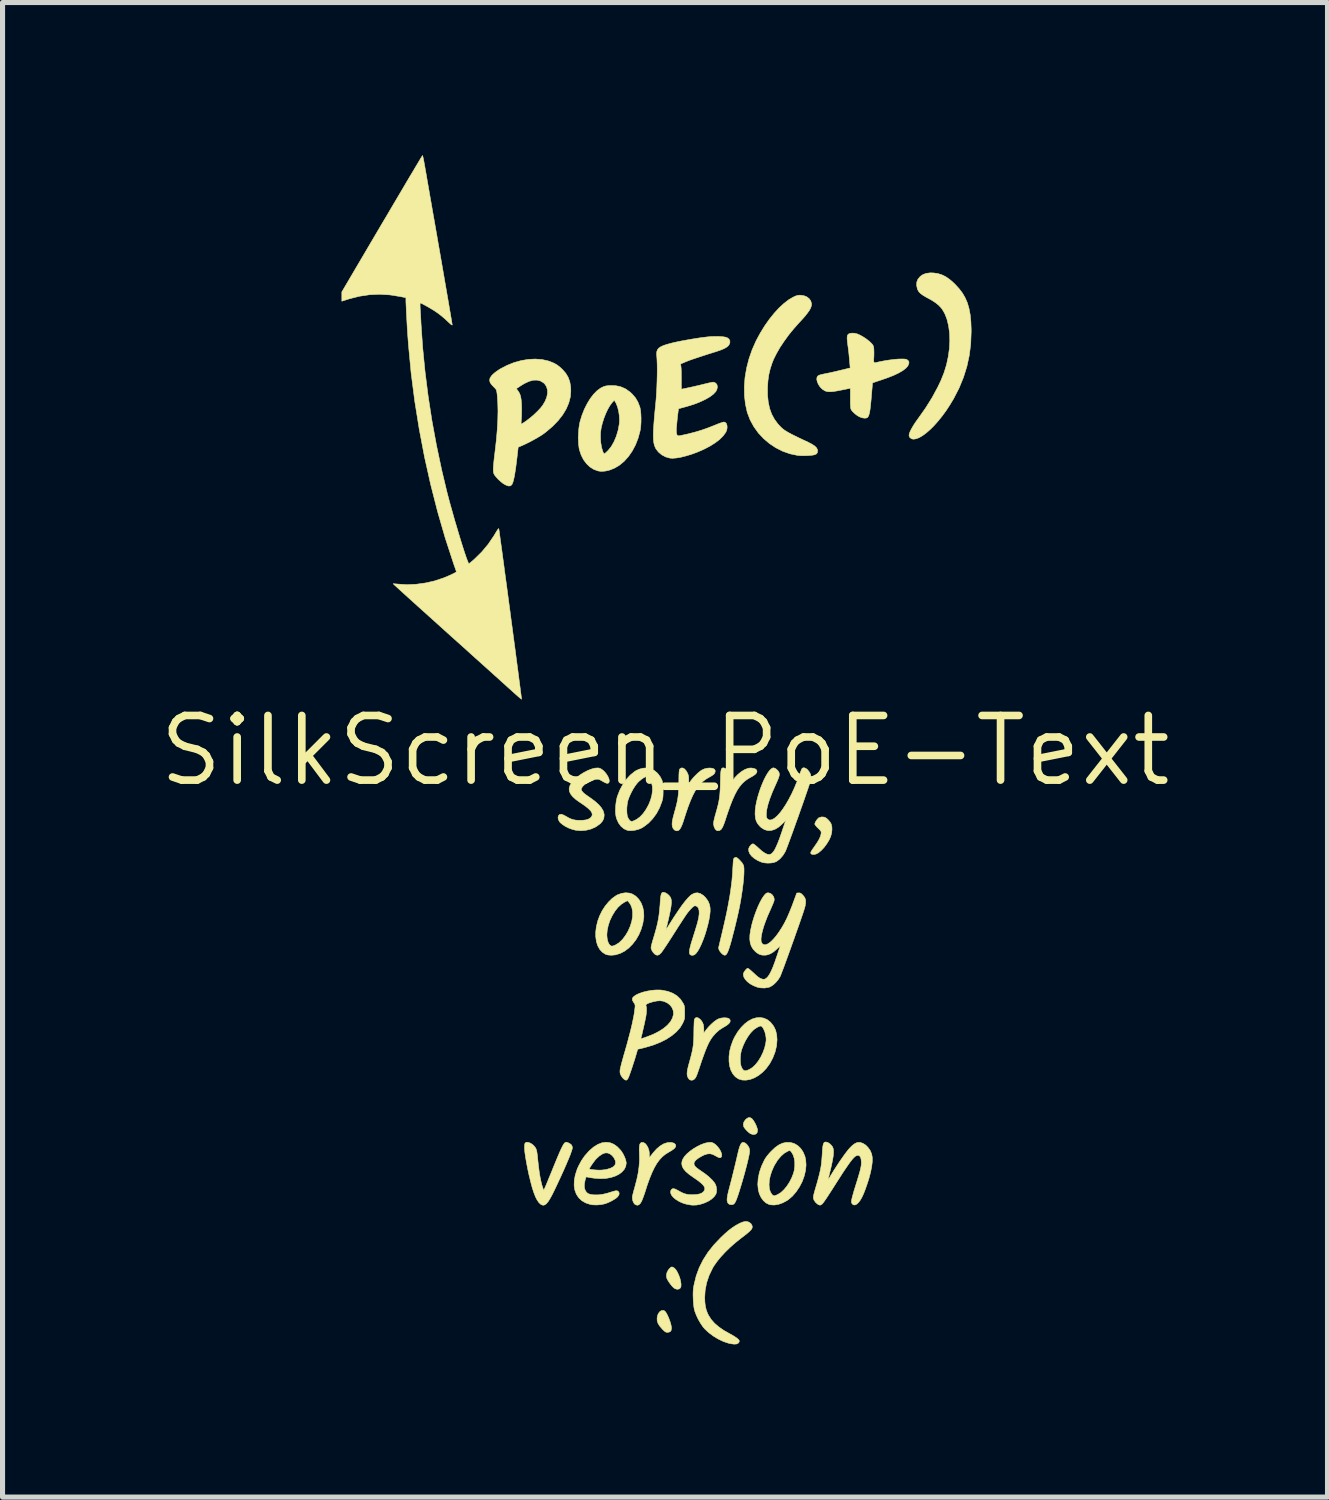
<source format=kicad_pcb>
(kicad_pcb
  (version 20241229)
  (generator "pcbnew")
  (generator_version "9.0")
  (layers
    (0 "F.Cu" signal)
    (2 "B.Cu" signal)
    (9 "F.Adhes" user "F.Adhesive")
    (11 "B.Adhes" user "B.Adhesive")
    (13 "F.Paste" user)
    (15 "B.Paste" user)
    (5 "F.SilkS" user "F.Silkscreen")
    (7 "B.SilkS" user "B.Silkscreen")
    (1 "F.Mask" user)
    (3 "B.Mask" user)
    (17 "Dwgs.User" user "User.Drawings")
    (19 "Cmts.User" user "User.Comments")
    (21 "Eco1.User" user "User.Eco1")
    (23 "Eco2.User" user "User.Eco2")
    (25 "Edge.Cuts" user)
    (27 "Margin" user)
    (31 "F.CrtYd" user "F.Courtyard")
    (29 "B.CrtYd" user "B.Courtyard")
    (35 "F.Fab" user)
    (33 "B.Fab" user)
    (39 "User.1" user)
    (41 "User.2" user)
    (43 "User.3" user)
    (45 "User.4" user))
  (footprint "SilkScreen_PoE-Text"
    (layer "F.Cu")
    (at 10.016 11.697)
    (property "Reference" "SilkScreen_PoE-Text" (at 0 0 0) (layer "F.SilkS") (effects (font (size 1.27 1.27) (thickness 0.15))))
    (attr board_only exclude_from_pos_files exclude_from_bom)
    (fp_poly (pts (xy 1.698 7.224) (xy 1.715 7.24) (xy 1.743 7.277) (xy 1.771 7.325) (xy 1.796 7.378) (xy 1.812 7.427) (xy 1.817 7.45) (xy 1.815 7.493) (xy 1.797 7.524) (xy 1.767 7.541) (xy 1.726 7.543) (xy 1.688 7.531) (xy 1.656 7.512) (xy 1.62 7.48) (xy 1.585 7.444) (xy 1.557 7.408) (xy 1.545 7.387) (xy 1.538 7.344) (xy 1.549 7.298) (xy 1.578 7.255) (xy 1.593 7.24) (xy 1.631 7.214) (xy 1.665 7.209) (xy 1.698 7.224)) (stroke (width 0.01) (type solid)) (fill yes) (layer "F.SilkS"))
    (fp_poly (pts (xy 0.158 10.151) (xy 0.188 10.171) (xy 0.219 10.207) (xy 0.247 10.256) (xy 0.273 10.313) (xy 0.294 10.373) (xy 0.308 10.432) (xy 0.315 10.486) (xy 0.313 10.531) (xy 0.303 10.557) (xy 0.277 10.578) (xy 0.242 10.584) (xy 0.203 10.575) (xy 0.172 10.556) (xy 0.143 10.528) (xy 0.111 10.489) (xy 0.078 10.444) (xy 0.051 10.4) (xy 0.034 10.365) (xy 0.034 10.363) (xy 0.027 10.312) (xy 0.037 10.258) (xy 0.063 10.206) (xy 0.084 10.181) (xy 0.108 10.157) (xy 0.125 10.146) (xy 0.141 10.146) (xy 0.158 10.151)) (stroke (width 0.01) (type solid)) (fill yes) (layer "F.SilkS"))
    (fp_poly (pts (xy -0.013 11.006) (xy 0.008 11.025) (xy 0.031 11.06) (xy 0.055 11.108) (xy 0.078 11.162) (xy 0.099 11.219) (xy 0.115 11.274) (xy 0.125 11.323) (xy 0.127 11.35) (xy 0.12 11.392) (xy 0.1 11.418) (xy 0.064 11.429) (xy 0.048 11.43) (xy 0.026 11.428) (xy 0.006 11.42) (xy -0.016 11.403) (xy -0.047 11.373) (xy -0.051 11.369) (xy -0.103 11.309) (xy -0.137 11.255) (xy -0.154 11.202) (xy -0.156 11.148) (xy -0.156 11.148) (xy -0.146 11.095) (xy -0.125 11.051) (xy -0.097 11.018) (xy -0.064 11) (xy -0.029 10.999) (xy -0.013 11.006)) (stroke (width 0.01) (type solid)) (fill yes) (layer "F.SilkS"))
    (fp_poly (pts (xy 1.573 7.709) (xy 1.605 7.735) (xy 1.63 7.766) (xy 1.651 7.803) (xy 1.66 7.839) (xy 1.662 7.871) (xy 1.659 7.903) (xy 1.65 7.953) (xy 1.636 8.018) (xy 1.618 8.095) (xy 1.596 8.181) (xy 1.571 8.275) (xy 1.544 8.373) (xy 1.515 8.473) (xy 1.503 8.514) (xy 1.472 8.616) (xy 1.446 8.7) (xy 1.423 8.767) (xy 1.404 8.819) (xy 1.387 8.858) (xy 1.372 8.885) (xy 1.357 8.904) (xy 1.341 8.915) (xy 1.324 8.92) (xy 1.305 8.922) (xy 1.302 8.922) (xy 1.269 8.917) (xy 1.245 8.901) (xy 1.239 8.894) (xy 1.227 8.873) (xy 1.22 8.846) (xy 1.219 8.812) (xy 1.224 8.767) (xy 1.235 8.708) (xy 1.253 8.634) (xy 1.265 8.588) (xy 1.309 8.419) (xy 1.355 8.234) (xy 1.402 8.039) (xy 1.428 7.926) (xy 1.447 7.848) (xy 1.464 7.789) (xy 1.481 7.747) (xy 1.497 7.718) (xy 1.514 7.702) (xy 1.515 7.701) (xy 1.541 7.697) (xy 1.573 7.709)) (stroke (width 0.01) (type solid)) (fill yes) (layer "F.SilkS"))
    (fp_poly (pts (xy 3.127 1.307) (xy 3.153 1.317) (xy 3.186 1.341) (xy 3.222 1.378) (xy 3.252 1.418) (xy 3.266 1.446) (xy 3.278 1.494) (xy 3.28 1.554) (xy 3.273 1.619) (xy 3.256 1.683) (xy 3.256 1.684) (xy 3.224 1.756) (xy 3.179 1.83) (xy 3.127 1.9) (xy 3.07 1.961) (xy 3.014 2.008) (xy 3.006 2.013) (xy 2.966 2.033) (xy 2.925 2.042) (xy 2.891 2.04) (xy 2.869 2.028) (xy 2.863 2.016) (xy 2.863 2.001) (xy 2.872 1.98) (xy 2.891 1.949) (xy 2.921 1.906) (xy 2.937 1.884) (xy 2.991 1.805) (xy 3.03 1.738) (xy 3.055 1.68) (xy 3.066 1.635) (xy 3.068 1.611) (xy 3.066 1.593) (xy 3.058 1.577) (xy 3.039 1.556) (xy 3.008 1.525) (xy 3.007 1.525) (xy 2.977 1.494) (xy 2.955 1.467) (xy 2.943 1.448) (xy 2.942 1.444) (xy 2.949 1.417) (xy 2.967 1.383) (xy 2.991 1.35) (xy 3.016 1.324) (xy 3.027 1.318) (xy 3.076 1.303) (xy 3.127 1.307)) (stroke (width 0.01) (type solid)) (fill yes) (layer "F.SilkS"))
    (fp_poly (pts (xy 1.421 2.11) (xy 1.45 2.135) (xy 1.472 2.158) (xy 1.514 2.205) (xy 1.538 2.246) (xy 1.545 2.266) (xy 1.551 2.305) (xy 1.552 2.362) (xy 1.55 2.435) (xy 1.544 2.52) (xy 1.534 2.617) (xy 1.521 2.721) (xy 1.505 2.83) (xy 1.487 2.943) (xy 1.466 3.056) (xy 1.465 3.062) (xy 1.449 3.139) (xy 1.43 3.226) (xy 1.408 3.321) (xy 1.384 3.42) (xy 1.36 3.519) (xy 1.335 3.614) (xy 1.312 3.703) (xy 1.291 3.78) (xy 1.272 3.843) (xy 1.262 3.876) (xy 1.239 3.94) (xy 1.218 3.984) (xy 1.198 4.011) (xy 1.178 4.021) (xy 1.154 4.016) (xy 1.126 3.997) (xy 1.118 3.99) (xy 1.086 3.955) (xy 1.063 3.918) (xy 1.053 3.883) (xy 1.053 3.868) (xy 1.057 3.852) (xy 1.065 3.819) (xy 1.076 3.771) (xy 1.09 3.712) (xy 1.106 3.644) (xy 1.121 3.582) (xy 1.169 3.376) (xy 1.211 3.186) (xy 1.245 3.012) (xy 1.274 2.85) (xy 1.296 2.698) (xy 1.314 2.555) (xy 1.326 2.417) (xy 1.332 2.303) (xy 1.336 2.237) (xy 1.339 2.188) (xy 1.342 2.154) (xy 1.346 2.132) (xy 1.352 2.119) (xy 1.359 2.111) (xy 1.36 2.11) (xy 1.38 2.099) (xy 1.399 2.098) (xy 1.421 2.11)) (stroke (width 0.01) (type solid)) (fill yes) (layer "F.SilkS"))
    (fp_poly (pts (xy 0.125 7.699) (xy 0.173 7.712) (xy 0.202 7.734) (xy 0.212 7.765) (xy 0.212 7.766) (xy 0.203 7.792) (xy 0.178 7.822) (xy 0.134 7.854) (xy 0.073 7.89) (xy 0.007 7.931) (xy -0.053 7.98) (xy -0.108 8.039) (xy -0.16 8.109) (xy -0.209 8.193) (xy -0.256 8.292) (xy -0.303 8.407) (xy -0.351 8.541) (xy -0.381 8.636) (xy -0.4 8.695) (xy -0.42 8.752) (xy -0.439 8.803) (xy -0.454 8.84) (xy -0.455 8.844) (xy -0.484 8.895) (xy -0.514 8.924) (xy -0.546 8.933) (xy -0.581 8.921) (xy -0.595 8.912) (xy -0.618 8.882) (xy -0.635 8.84) (xy -0.643 8.792) (xy -0.641 8.755) (xy -0.635 8.73) (xy -0.625 8.69) (xy -0.612 8.64) (xy -0.596 8.585) (xy -0.593 8.572) (xy -0.555 8.429) (xy -0.528 8.299) (xy -0.511 8.178) (xy -0.502 8.06) (xy -0.503 7.942) (xy -0.504 7.91) (xy -0.507 7.835) (xy -0.504 7.779) (xy -0.497 7.738) (xy -0.484 7.713) (xy -0.464 7.7) (xy -0.46 7.698) (xy -0.425 7.7) (xy -0.391 7.719) (xy -0.361 7.753) (xy -0.336 7.798) (xy -0.317 7.851) (xy -0.308 7.909) (xy -0.309 7.954) (xy -0.309 7.98) (xy -0.307 7.993) (xy -0.305 7.993) (xy -0.296 7.982) (xy -0.277 7.958) (xy -0.251 7.925) (xy -0.234 7.903) (xy -0.166 7.827) (xy -0.095 7.767) (xy -0.024 7.725) (xy 0.047 7.702) (xy 0.114 7.698) (xy 0.125 7.699)) (stroke (width 0.01) (type solid)) (fill yes) (layer "F.SilkS"))
    (fp_poly (pts (xy 0.351 0.342) (xy 0.384 0.361) (xy 0.416 0.398) (xy 0.438 0.436) (xy 0.454 0.473) (xy 0.463 0.51) (xy 0.466 0.555) (xy 0.466 0.569) (xy 0.466 0.648) (xy 0.512 0.586) (xy 0.55 0.538) (xy 0.597 0.489) (xy 0.645 0.442) (xy 0.691 0.404) (xy 0.72 0.384) (xy 0.771 0.36) (xy 0.827 0.346) (xy 0.883 0.342) (xy 0.933 0.348) (xy 0.968 0.364) (xy 0.984 0.387) (xy 0.985 0.418) (xy 0.972 0.449) (xy 0.963 0.46) (xy 0.942 0.478) (xy 0.909 0.5) (xy 0.875 0.519) (xy 0.807 0.559) (xy 0.745 0.605) (xy 0.689 0.659) (xy 0.638 0.723) (xy 0.589 0.798) (xy 0.543 0.886) (xy 0.498 0.989) (xy 0.452 1.109) (xy 0.405 1.247) (xy 0.387 1.304) (xy 0.36 1.389) (xy 0.336 1.456) (xy 0.314 1.506) (xy 0.293 1.541) (xy 0.273 1.563) (xy 0.251 1.574) (xy 0.231 1.577) (xy 0.201 1.569) (xy 0.179 1.555) (xy 0.157 1.526) (xy 0.143 1.49) (xy 0.138 1.445) (xy 0.143 1.389) (xy 0.157 1.319) (xy 0.18 1.233) (xy 0.18 1.232) (xy 0.207 1.135) (xy 0.228 1.054) (xy 0.244 0.981) (xy 0.255 0.912) (xy 0.263 0.842) (xy 0.267 0.765) (xy 0.27 0.675) (xy 0.271 0.621) (xy 0.272 0.542) (xy 0.273 0.481) (xy 0.275 0.436) (xy 0.278 0.404) (xy 0.281 0.382) (xy 0.286 0.368) (xy 0.291 0.359) (xy 0.292 0.359) (xy 0.32 0.341) (xy 0.351 0.342)) (stroke (width 0.01) (type solid)) (fill yes) (layer "F.SilkS"))
    (fp_poly (pts (xy -0.698 2.8) (xy -0.642 2.818) (xy -0.573 2.861) (xy -0.516 2.92) (xy -0.47 2.992) (xy -0.437 3.076) (xy -0.419 3.167) (xy -0.416 3.263) (xy -0.417 3.278) (xy -0.436 3.397) (xy -0.469 3.511) (xy -0.514 3.618) (xy -0.571 3.716) (xy -0.638 3.803) (xy -0.713 3.879) (xy -0.794 3.94) (xy -0.881 3.985) (xy -0.971 4.013) (xy -1.053 4.021) (xy -1.12 4.016) (xy -1.169 4.002) (xy -1.232 3.961) (xy -1.283 3.905) (xy -1.322 3.835) (xy -1.348 3.754) (xy -1.361 3.662) (xy -1.362 3.62) (xy -1.143 3.62) (xy -1.138 3.685) (xy -1.126 3.743) (xy -1.107 3.79) (xy -1.083 3.823) (xy -1.054 3.84) (xy -1.043 3.842) (xy -1.02 3.837) (xy -0.989 3.826) (xy -0.979 3.822) (xy -0.904 3.776) (xy -0.834 3.709) (xy -0.77 3.622) (xy -0.724 3.543) (xy -0.682 3.447) (xy -0.653 3.352) (xy -0.638 3.259) (xy -0.637 3.172) (xy -0.65 3.094) (xy -0.676 3.027) (xy -0.703 2.988) (xy -0.737 2.949) (xy -0.789 2.974) (xy -0.858 3.018) (xy -0.924 3.079) (xy -0.984 3.155) (xy -1.037 3.242) (xy -1.082 3.336) (xy -1.115 3.434) (xy -1.136 3.534) (xy -1.143 3.62) (xy -1.362 3.62) (xy -1.362 3.563) (xy -1.349 3.459) (xy -1.323 3.35) (xy -1.286 3.249) (xy -1.237 3.149) (xy -1.177 3.056) (xy -1.109 2.973) (xy -1.036 2.902) (xy -0.961 2.849) (xy -0.934 2.834) (xy -0.854 2.805) (xy -0.774 2.793) (xy -0.698 2.8)) (stroke (width 0.01) (type solid)) (fill yes) (layer "F.SilkS"))
    (fp_poly (pts (xy 0.651 5.251) (xy 0.685 5.275) (xy 0.708 5.299) (xy 0.736 5.34) (xy 0.753 5.385) (xy 0.761 5.441) (xy 0.762 5.481) (xy 0.762 5.548) (xy 0.81 5.484) (xy 0.857 5.427) (xy 0.911 5.373) (xy 0.965 5.325) (xy 1.016 5.289) (xy 1.042 5.274) (xy 1.093 5.257) (xy 1.149 5.25) (xy 1.164 5.249) (xy 1.219 5.253) (xy 1.256 5.265) (xy 1.276 5.287) (xy 1.281 5.312) (xy 1.274 5.339) (xy 1.252 5.366) (xy 1.214 5.397) (xy 1.157 5.432) (xy 1.134 5.445) (xy 1.064 5.491) (xy 0.996 5.552) (xy 0.934 5.623) (xy 0.891 5.686) (xy 0.86 5.742) (xy 0.829 5.808) (xy 0.796 5.888) (xy 0.76 5.984) (xy 0.72 6.096) (xy 0.698 6.162) (xy 0.672 6.24) (xy 0.651 6.301) (xy 0.635 6.347) (xy 0.622 6.381) (xy 0.611 6.406) (xy 0.602 6.424) (xy 0.592 6.437) (xy 0.582 6.45) (xy 0.579 6.453) (xy 0.551 6.472) (xy 0.517 6.477) (xy 0.486 6.468) (xy 0.474 6.458) (xy 0.453 6.429) (xy 0.439 6.397) (xy 0.433 6.36) (xy 0.435 6.313) (xy 0.444 6.255) (xy 0.462 6.182) (xy 0.48 6.117) (xy 0.507 6.018) (xy 0.528 5.933) (xy 0.544 5.857) (xy 0.555 5.783) (xy 0.561 5.706) (xy 0.565 5.621) (xy 0.566 5.524) (xy 0.567 5.457) (xy 0.569 5.396) (xy 0.571 5.345) (xy 0.573 5.307) (xy 0.575 5.286) (xy 0.576 5.284) (xy 0.593 5.255) (xy 0.619 5.244) (xy 0.651 5.251)) (stroke (width 0.01) (type solid)) (fill yes) (layer "F.SilkS"))
    (fp_poly (pts (xy 1.18 0.348) (xy 1.215 0.376) (xy 1.248 0.417) (xy 1.251 0.421) (xy 1.264 0.447) (xy 1.273 0.479) (xy 1.278 0.522) (xy 1.281 0.555) (xy 1.286 0.65) (xy 1.315 0.605) (xy 1.369 0.534) (xy 1.43 0.47) (xy 1.496 0.416) (xy 1.562 0.375) (xy 1.626 0.35) (xy 1.652 0.344) (xy 1.698 0.342) (xy 1.741 0.349) (xy 1.777 0.362) (xy 1.799 0.381) (xy 1.8 0.382) (xy 1.807 0.41) (xy 1.798 0.438) (xy 1.772 0.468) (xy 1.726 0.5) (xy 1.678 0.527) (xy 1.616 0.564) (xy 1.56 0.606) (xy 1.508 0.656) (xy 1.46 0.716) (xy 1.414 0.786) (xy 1.37 0.87) (xy 1.326 0.968) (xy 1.281 1.082) (xy 1.234 1.215) (xy 1.207 1.295) (xy 1.183 1.37) (xy 1.163 1.427) (xy 1.146 1.47) (xy 1.132 1.502) (xy 1.118 1.526) (xy 1.104 1.546) (xy 1.098 1.553) (xy 1.067 1.572) (xy 1.032 1.575) (xy 1.003 1.562) (xy 0.982 1.536) (xy 0.964 1.497) (xy 0.954 1.452) (xy 0.953 1.43) (xy 0.955 1.405) (xy 0.963 1.364) (xy 0.975 1.314) (xy 0.99 1.257) (xy 0.996 1.238) (xy 1.022 1.145) (xy 1.042 1.067) (xy 1.057 0.999) (xy 1.068 0.934) (xy 1.076 0.869) (xy 1.081 0.796) (xy 1.085 0.712) (xy 1.087 0.635) (xy 1.089 0.548) (xy 1.091 0.479) (xy 1.095 0.427) (xy 1.1 0.39) (xy 1.107 0.365) (xy 1.116 0.349) (xy 1.128 0.341) (xy 1.143 0.339) (xy 1.147 0.339) (xy 1.18 0.348)) (stroke (width 0.01) (type solid)) (fill yes) (layer "F.SilkS"))
    (fp_poly (pts (xy 5.269 -9.385) (xy 5.354 -9.374) (xy 5.434 -9.35) (xy 5.513 -9.312) (xy 5.592 -9.257) (xy 5.675 -9.185) (xy 5.7 -9.16) (xy 5.778 -9.075) (xy 5.844 -8.988) (xy 5.897 -8.896) (xy 5.94 -8.797) (xy 5.972 -8.688) (xy 5.995 -8.567) (xy 6.009 -8.431) (xy 6.015 -8.279) (xy 6.015 -8.223) (xy 6.006 -7.991) (xy 5.978 -7.766) (xy 5.931 -7.548) (xy 5.864 -7.334) (xy 5.778 -7.124) (xy 5.671 -6.916) (xy 5.596 -6.791) (xy 5.522 -6.678) (xy 5.444 -6.572) (xy 5.365 -6.474) (xy 5.286 -6.385) (xy 5.208 -6.307) (xy 5.132 -6.241) (xy 5.06 -6.188) (xy 4.994 -6.149) (xy 4.933 -6.126) (xy 4.881 -6.118) (xy 4.847 -6.125) (xy 4.813 -6.147) (xy 4.796 -6.18) (xy 4.794 -6.197) (xy 4.801 -6.232) (xy 4.82 -6.28) (xy 4.851 -6.338) (xy 4.89 -6.404) (xy 4.938 -6.475) (xy 4.97 -6.519) (xy 5.117 -6.727) (xy 5.246 -6.933) (xy 5.359 -7.142) (xy 5.423 -7.276) (xy 5.483 -7.427) (xy 5.531 -7.583) (xy 5.565 -7.742) (xy 5.587 -7.9) (xy 5.595 -8.055) (xy 5.59 -8.204) (xy 5.571 -8.346) (xy 5.539 -8.476) (xy 5.503 -8.57) (xy 5.467 -8.638) (xy 5.425 -8.699) (xy 5.373 -8.753) (xy 5.308 -8.804) (xy 5.229 -8.855) (xy 5.147 -8.899) (xy 5.077 -8.939) (xy 5.025 -8.976) (xy 4.988 -9.013) (xy 4.965 -9.053) (xy 4.959 -9.066) (xy 4.943 -9.139) (xy 4.946 -9.204) (xy 4.969 -9.262) (xy 5.012 -9.313) (xy 5.014 -9.316) (xy 5.068 -9.353) (xy 5.131 -9.376) (xy 5.208 -9.386) (xy 5.269 -9.385)) (stroke (width 0.01) (type solid)) (fill yes) (layer "F.SilkS"))
    (fp_poly (pts (xy 2.469 7.7) (xy 2.543 7.722) (xy 2.609 7.762) (xy 2.666 7.817) (xy 2.713 7.887) (xy 2.748 7.97) (xy 2.764 8.041) (xy 2.771 8.142) (xy 2.761 8.249) (xy 2.735 8.359) (xy 2.695 8.468) (xy 2.641 8.572) (xy 2.577 8.668) (xy 2.504 8.753) (xy 2.422 8.823) (xy 2.399 8.839) (xy 2.316 8.884) (xy 2.233 8.914) (xy 2.152 8.928) (xy 2.078 8.925) (xy 2.041 8.916) (xy 1.983 8.887) (xy 1.931 8.841) (xy 1.887 8.78) (xy 1.853 8.708) (xy 1.832 8.631) (xy 1.823 8.531) (xy 2.044 8.531) (xy 2.05 8.606) (xy 2.069 8.669) (xy 2.098 8.716) (xy 2.117 8.736) (xy 2.134 8.746) (xy 2.155 8.745) (xy 2.184 8.735) (xy 2.219 8.719) (xy 2.278 8.682) (xy 2.337 8.627) (xy 2.394 8.558) (xy 2.445 8.48) (xy 2.489 8.394) (xy 2.523 8.306) (xy 2.539 8.246) (xy 2.549 8.166) (xy 2.549 8.086) (xy 2.538 8.011) (xy 2.517 7.945) (xy 2.487 7.893) (xy 2.485 7.891) (xy 2.466 7.868) (xy 2.451 7.859) (xy 2.435 7.862) (xy 2.416 7.869) (xy 2.345 7.909) (xy 2.277 7.969) (xy 2.212 8.046) (xy 2.154 8.14) (xy 2.138 8.17) (xy 2.097 8.264) (xy 2.067 8.357) (xy 2.049 8.447) (xy 2.044 8.531) (xy 1.823 8.531) (xy 1.822 8.523) (xy 1.83 8.408) (xy 1.854 8.288) (xy 1.895 8.167) (xy 1.951 8.047) (xy 1.97 8.014) (xy 1.992 7.982) (xy 2.025 7.94) (xy 2.063 7.896) (xy 2.096 7.862) (xy 2.169 7.794) (xy 2.238 7.746) (xy 2.307 7.714) (xy 2.378 7.698) (xy 2.39 7.697) (xy 2.469 7.7)) (stroke (width 0.01) (type solid)) (fill yes) (layer "F.SilkS"))
    (fp_poly (pts (xy -1.912 7.701) (xy -1.878 7.717) (xy -1.849 7.737) (xy -1.836 7.751) (xy -1.824 7.778) (xy -1.82 7.803) (xy -1.825 7.831) (xy -1.84 7.878) (xy -1.863 7.943) (xy -1.896 8.024) (xy -1.938 8.123) (xy -1.988 8.238) (xy -2.047 8.368) (xy -2.115 8.514) (xy -2.132 8.55) (xy -2.182 8.655) (xy -2.225 8.741) (xy -2.264 8.81) (xy -2.297 8.862) (xy -2.328 8.899) (xy -2.356 8.922) (xy -2.383 8.932) (xy -2.409 8.93) (xy -2.436 8.918) (xy -2.448 8.91) (xy -2.481 8.877) (xy -2.514 8.829) (xy -2.546 8.766) (xy -2.577 8.686) (xy -2.609 8.589) (xy -2.64 8.472) (xy -2.673 8.337) (xy -2.698 8.22) (xy -2.723 8.09) (xy -2.742 7.978) (xy -2.755 7.885) (xy -2.761 7.81) (xy -2.76 7.755) (xy -2.753 7.719) (xy -2.748 7.71) (xy -2.726 7.696) (xy -2.694 7.696) (xy -2.656 7.708) (xy -2.616 7.73) (xy -2.58 7.76) (xy -2.55 7.797) (xy -2.546 7.804) (xy -2.534 7.825) (xy -2.526 7.85) (xy -2.518 7.882) (xy -2.512 7.924) (xy -2.505 7.982) (xy -2.503 8.008) (xy -2.488 8.146) (xy -2.473 8.265) (xy -2.457 8.367) (xy -2.439 8.455) (xy -2.421 8.53) (xy -2.403 8.585) (xy -2.384 8.641) (xy -2.355 8.578) (xy -2.344 8.552) (xy -2.326 8.51) (xy -2.303 8.454) (xy -2.276 8.387) (xy -2.245 8.313) (xy -2.213 8.235) (xy -2.2 8.202) (xy -2.153 8.087) (xy -2.113 7.991) (xy -2.079 7.911) (xy -2.05 7.846) (xy -2.026 7.796) (xy -2.006 7.757) (xy -1.989 7.729) (xy -1.974 7.71) (xy -1.96 7.699) (xy -1.947 7.695) (xy -1.941 7.694) (xy -1.912 7.701)) (stroke (width 0.01) (type solid)) (fill yes) (layer "F.SilkS"))
    (fp_poly (pts (xy 1.618 9.254) (xy 1.651 9.266) (xy 1.69 9.296) (xy 1.711 9.335) (xy 1.714 9.362) (xy 1.711 9.38) (xy 1.701 9.401) (xy 1.681 9.425) (xy 1.651 9.454) (xy 1.608 9.491) (xy 1.551 9.536) (xy 1.484 9.587) (xy 1.379 9.671) (xy 1.277 9.761) (xy 1.182 9.854) (xy 1.095 9.948) (xy 1.021 10.039) (xy 0.961 10.124) (xy 0.938 10.162) (xy 0.867 10.309) (xy 0.817 10.457) (xy 0.788 10.608) (xy 0.78 10.742) (xy 0.783 10.838) (xy 0.793 10.92) (xy 0.811 10.992) (xy 0.837 11.06) (xy 0.854 11.094) (xy 0.906 11.176) (xy 0.973 11.252) (xy 1.058 11.325) (xy 1.16 11.395) (xy 1.269 11.456) (xy 1.342 11.497) (xy 1.399 11.534) (xy 1.438 11.565) (xy 1.458 11.592) (xy 1.46 11.603) (xy 1.453 11.623) (xy 1.439 11.642) (xy 1.409 11.658) (xy 1.361 11.662) (xy 1.297 11.654) (xy 1.242 11.642) (xy 1.145 11.609) (xy 1.045 11.561) (xy 0.947 11.502) (xy 0.858 11.435) (xy 0.781 11.363) (xy 0.745 11.321) (xy 0.699 11.254) (xy 0.654 11.176) (xy 0.615 11.094) (xy 0.585 11.015) (xy 0.577 10.986) (xy 0.568 10.941) (xy 0.561 10.881) (xy 0.555 10.81) (xy 0.553 10.763) (xy 0.551 10.694) (xy 0.552 10.639) (xy 0.555 10.59) (xy 0.561 10.542) (xy 0.571 10.49) (xy 0.612 10.322) (xy 0.671 10.161) (xy 0.748 10.007) (xy 0.843 9.858) (xy 0.958 9.713) (xy 1.094 9.57) (xy 1.097 9.567) (xy 1.175 9.493) (xy 1.244 9.433) (xy 1.308 9.384) (xy 1.37 9.342) (xy 1.402 9.322) (xy 1.472 9.285) (xy 1.529 9.262) (xy 1.577 9.251) (xy 1.618 9.254)) (stroke (width 0.01) (type solid)) (fill yes) (layer "F.SilkS"))
    (fp_poly (pts (xy 1.939 5.256) (xy 2.008 5.286) (xy 2.071 5.336) (xy 2.082 5.348) (xy 2.136 5.418) (xy 2.173 5.496) (xy 2.194 5.584) (xy 2.201 5.683) (xy 2.191 5.801) (xy 2.163 5.92) (xy 2.118 6.037) (xy 2.059 6.148) (xy 1.986 6.248) (xy 1.915 6.321) (xy 1.837 6.383) (xy 1.755 6.43) (xy 1.673 6.461) (xy 1.592 6.475) (xy 1.517 6.473) (xy 1.449 6.453) (xy 1.442 6.45) (xy 1.38 6.408) (xy 1.331 6.35) (xy 1.294 6.28) (xy 1.269 6.198) (xy 1.257 6.107) (xy 1.257 6.091) (xy 1.479 6.091) (xy 1.483 6.149) (xy 1.493 6.195) (xy 1.497 6.207) (xy 1.519 6.253) (xy 1.543 6.28) (xy 1.571 6.29) (xy 1.608 6.285) (xy 1.658 6.264) (xy 1.66 6.263) (xy 1.72 6.225) (xy 1.778 6.169) (xy 1.833 6.099) (xy 1.883 6.018) (xy 1.925 5.93) (xy 1.958 5.838) (xy 1.979 5.746) (xy 1.979 5.745) (xy 1.986 5.697) (xy 1.986 5.657) (xy 1.981 5.615) (xy 1.975 5.582) (xy 1.961 5.528) (xy 1.941 5.479) (xy 1.919 5.44) (xy 1.896 5.416) (xy 1.889 5.412) (xy 1.867 5.413) (xy 1.835 5.425) (xy 1.796 5.447) (xy 1.755 5.474) (xy 1.731 5.495) (xy 1.68 5.548) (xy 1.63 5.617) (xy 1.582 5.697) (xy 1.541 5.782) (xy 1.508 5.868) (xy 1.497 5.905) (xy 1.486 5.963) (xy 1.48 6.026) (xy 1.479 6.091) (xy 1.257 6.091) (xy 1.257 6.008) (xy 1.27 5.905) (xy 1.297 5.8) (xy 1.336 5.693) (xy 1.366 5.63) (xy 1.426 5.529) (xy 1.493 5.442) (xy 1.564 5.37) (xy 1.638 5.313) (xy 1.714 5.273) (xy 1.791 5.25) (xy 1.866 5.244) (xy 1.939 5.256)) (stroke (width 0.01) (type solid)) (fill yes) (layer "F.SilkS"))
    (fp_poly (pts (xy -0.973 -7.17) (xy -0.872 -7.149) (xy -0.779 -7.109) (xy -0.692 -7.048) (xy -0.647 -7.007) (xy -0.582 -6.932) (xy -0.533 -6.849) (xy -0.496 -6.753) (xy -0.49 -6.731) (xy -0.48 -6.677) (xy -0.474 -6.607) (xy -0.471 -6.529) (xy -0.472 -6.448) (xy -0.477 -6.37) (xy -0.486 -6.301) (xy -0.491 -6.278) (xy -0.529 -6.137) (xy -0.581 -6.005) (xy -0.645 -5.884) (xy -0.72 -5.776) (xy -0.805 -5.682) (xy -0.897 -5.606) (xy -0.992 -5.55) (xy -1.085 -5.512) (xy -1.176 -5.491) (xy -1.259 -5.486) (xy -1.315 -5.494) (xy -1.398 -5.524) (xy -1.475 -5.572) (xy -1.543 -5.637) (xy -1.602 -5.716) (xy -1.648 -5.807) (xy -1.681 -5.907) (xy -1.689 -5.943) (xy -1.699 -6.025) (xy -1.703 -6.12) (xy -1.703 -6.149) (xy -1.269 -6.149) (xy -1.262 -6.048) (xy -1.246 -5.954) (xy -1.222 -5.875) (xy -1.209 -5.849) (xy -1.196 -5.833) (xy -1.192 -5.831) (xy -1.18 -5.839) (xy -1.158 -5.858) (xy -1.129 -5.886) (xy -1.116 -5.899) (xy -1.056 -5.974) (xy -1.003 -6.067) (xy -0.958 -6.173) (xy -0.923 -6.289) (xy -0.9 -6.411) (xy -0.899 -6.414) (xy -0.894 -6.495) (xy -0.899 -6.583) (xy -0.912 -6.67) (xy -0.933 -6.752) (xy -0.961 -6.822) (xy -0.975 -6.847) (xy -0.998 -6.884) (xy -1.043 -6.833) (xy -1.084 -6.777) (xy -1.126 -6.704) (xy -1.166 -6.619) (xy -1.202 -6.526) (xy -1.232 -6.43) (xy -1.254 -6.341) (xy -1.267 -6.249) (xy -1.269 -6.149) (xy -1.703 -6.149) (xy -1.701 -6.222) (xy -1.694 -6.322) (xy -1.681 -6.414) (xy -1.669 -6.467) (xy -1.631 -6.591) (xy -1.584 -6.709) (xy -1.529 -6.818) (xy -1.469 -6.916) (xy -1.404 -7.001) (xy -1.336 -7.07) (xy -1.267 -7.121) (xy -1.242 -7.134) (xy -1.202 -7.153) (xy -1.163 -7.164) (xy -1.119 -7.17) (xy -1.082 -7.173) (xy -0.973 -7.17)) (stroke (width 0.01) (type solid)) (fill yes) (layer "F.SilkS"))
    (fp_poly (pts (xy 2.727 -8.938) (xy 2.785 -8.915) (xy 2.831 -8.88) (xy 2.863 -8.835) (xy 2.878 -8.783) (xy 2.879 -8.768) (xy 2.874 -8.733) (xy 2.86 -8.694) (xy 2.836 -8.649) (xy 2.799 -8.597) (xy 2.75 -8.535) (xy 2.686 -8.463) (xy 2.634 -8.407) (xy 2.531 -8.291) (xy 2.432 -8.17) (xy 2.342 -8.046) (xy 2.26 -7.923) (xy 2.191 -7.804) (xy 2.135 -7.692) (xy 2.105 -7.618) (xy 2.067 -7.502) (xy 2.04 -7.389) (xy 2.023 -7.272) (xy 2.014 -7.142) (xy 2.014 -7.137) (xy 2.014 -6.985) (xy 2.028 -6.848) (xy 2.054 -6.725) (xy 2.094 -6.613) (xy 2.148 -6.512) (xy 2.217 -6.418) (xy 2.237 -6.396) (xy 2.264 -6.368) (xy 2.289 -6.343) (xy 2.316 -6.319) (xy 2.347 -6.296) (xy 2.383 -6.273) (xy 2.426 -6.248) (xy 2.479 -6.219) (xy 2.543 -6.187) (xy 2.62 -6.149) (xy 2.713 -6.105) (xy 2.812 -6.059) (xy 2.886 -6.02) (xy 2.941 -5.984) (xy 2.977 -5.948) (xy 2.995 -5.912) (xy 2.998 -5.892) (xy 2.993 -5.854) (xy 2.974 -5.828) (xy 2.937 -5.812) (xy 2.933 -5.811) (xy 2.897 -5.804) (xy 2.845 -5.799) (xy 2.785 -5.795) (xy 2.722 -5.794) (xy 2.663 -5.795) (xy 2.613 -5.799) (xy 2.603 -5.8) (xy 2.455 -5.831) (xy 2.313 -5.881) (xy 2.177 -5.949) (xy 2.051 -6.033) (xy 1.936 -6.131) (xy 1.833 -6.241) (xy 1.745 -6.364) (xy 1.673 -6.495) (xy 1.619 -6.635) (xy 1.614 -6.651) (xy 1.579 -6.81) (xy 1.56 -6.979) (xy 1.558 -7.155) (xy 1.572 -7.335) (xy 1.603 -7.517) (xy 1.65 -7.699) (xy 1.712 -7.877) (xy 1.789 -8.051) (xy 1.793 -8.059) (xy 1.873 -8.206) (xy 1.959 -8.346) (xy 2.05 -8.475) (xy 2.145 -8.593) (xy 2.241 -8.698) (xy 2.338 -8.787) (xy 2.433 -8.86) (xy 2.518 -8.909) (xy 2.563 -8.93) (xy 2.598 -8.942) (xy 2.632 -8.947) (xy 2.661 -8.947) (xy 2.727 -8.938)) (stroke (width 0.01) (type solid)) (fill yes) (layer "F.SilkS"))
    (fp_poly (pts (xy -0.347 0.342) (xy -0.275 0.359) (xy -0.207 0.394) (xy -0.146 0.446) (xy -0.095 0.513) (xy -0.062 0.578) (xy -0.052 0.607) (xy -0.045 0.634) (xy -0.04 0.666) (xy -0.038 0.706) (xy -0.037 0.761) (xy -0.037 0.783) (xy -0.038 0.847) (xy -0.04 0.895) (xy -0.044 0.935) (xy -0.052 0.97) (xy -0.062 1.005) (xy -0.108 1.125) (xy -0.168 1.237) (xy -0.241 1.337) (xy -0.323 1.423) (xy -0.414 1.493) (xy -0.469 1.526) (xy -0.522 1.547) (xy -0.583 1.563) (xy -0.645 1.572) (xy -0.701 1.573) (xy -0.741 1.567) (xy -0.808 1.536) (xy -0.866 1.487) (xy -0.914 1.422) (xy -0.949 1.344) (xy -0.964 1.29) (xy -0.972 1.23) (xy -0.973 1.187) (xy -0.751 1.187) (xy -0.747 1.245) (xy -0.74 1.29) (xy -0.739 1.294) (xy -0.723 1.33) (xy -0.701 1.363) (xy -0.698 1.366) (xy -0.677 1.385) (xy -0.659 1.391) (xy -0.635 1.387) (xy -0.605 1.375) (xy -0.569 1.357) (xy -0.557 1.351) (xy -0.49 1.301) (xy -0.427 1.233) (xy -0.371 1.153) (xy -0.322 1.063) (xy -0.284 0.969) (xy -0.258 0.873) (xy -0.247 0.781) (xy -0.248 0.713) (xy -0.258 0.664) (xy -0.273 0.615) (xy -0.293 0.571) (xy -0.315 0.536) (xy -0.336 0.514) (xy -0.347 0.51) (xy -0.377 0.514) (xy -0.417 0.532) (xy -0.461 0.562) (xy -0.507 0.6) (xy -0.541 0.633) (xy -0.582 0.686) (xy -0.625 0.752) (xy -0.665 0.827) (xy -0.7 0.902) (xy -0.726 0.972) (xy -0.735 1.005) (xy -0.744 1.06) (xy -0.75 1.123) (xy -0.751 1.187) (xy -0.973 1.187) (xy -0.973 1.156) (xy -0.969 1.077) (xy -0.959 0.997) (xy -0.944 0.926) (xy -0.937 0.9) (xy -0.89 0.779) (xy -0.831 0.667) (xy -0.761 0.566) (xy -0.682 0.48) (xy -0.597 0.411) (xy -0.572 0.395) (xy -0.507 0.365) (xy -0.435 0.346) (xy -0.364 0.341) (xy -0.347 0.342)) (stroke (width 0.01) (type solid)) (fill yes) (layer "F.SilkS"))
    (fp_poly (pts (xy -1.298 0.343) (xy -1.259 0.358) (xy -1.218 0.387) (xy -1.18 0.425) (xy -1.145 0.47) (xy -1.118 0.516) (xy -1.1 0.561) (xy -1.095 0.6) (xy -1.101 0.624) (xy -1.115 0.64) (xy -1.138 0.644) (xy -1.17 0.634) (xy -1.215 0.611) (xy -1.23 0.602) (xy -1.268 0.58) (xy -1.295 0.567) (xy -1.318 0.562) (xy -1.344 0.563) (xy -1.354 0.564) (xy -1.396 0.574) (xy -1.448 0.594) (xy -1.503 0.62) (xy -1.553 0.648) (xy -1.586 0.673) (xy -1.613 0.699) (xy -1.634 0.728) (xy -1.636 0.732) (xy -1.646 0.756) (xy -1.644 0.774) (xy -1.634 0.792) (xy -1.621 0.809) (xy -1.606 0.826) (xy -1.586 0.844) (xy -1.557 0.866) (xy -1.517 0.895) (xy -1.466 0.93) (xy -1.373 0.999) (xy -1.301 1.064) (xy -1.248 1.127) (xy -1.213 1.188) (xy -1.197 1.249) (xy -1.196 1.273) (xy -1.203 1.33) (xy -1.225 1.38) (xy -1.265 1.428) (xy -1.279 1.441) (xy -1.359 1.498) (xy -1.451 1.54) (xy -1.551 1.565) (xy -1.656 1.574) (xy -1.753 1.565) (xy -1.819 1.549) (xy -1.888 1.524) (xy -1.954 1.492) (xy -2.011 1.455) (xy -2.056 1.418) (xy -2.074 1.397) (xy -2.097 1.352) (xy -2.103 1.31) (xy -2.091 1.275) (xy -2.071 1.255) (xy -2.043 1.25) (xy -2.007 1.26) (xy -1.959 1.284) (xy -1.947 1.291) (xy -1.878 1.33) (xy -1.816 1.354) (xy -1.752 1.367) (xy -1.688 1.37) (xy -1.614 1.369) (xy -1.557 1.362) (xy -1.514 1.35) (xy -1.479 1.332) (xy -1.465 1.321) (xy -1.439 1.291) (xy -1.43 1.258) (xy -1.437 1.223) (xy -1.461 1.184) (xy -1.504 1.141) (xy -1.564 1.092) (xy -1.644 1.036) (xy -1.662 1.025) (xy -1.747 0.965) (xy -1.811 0.908) (xy -1.855 0.853) (xy -1.88 0.798) (xy -1.884 0.744) (xy -1.869 0.689) (xy -1.836 0.632) (xy -1.797 0.586) (xy -1.735 0.528) (xy -1.665 0.474) (xy -1.59 0.428) (xy -1.514 0.389) (xy -1.44 0.361) (xy -1.373 0.344) (xy -1.314 0.341) (xy -1.298 0.343)) (stroke (width 0.01) (type solid)) (fill yes) (layer "F.SilkS"))
    (fp_poly (pts (xy 0.914 7.698) (xy 0.955 7.714) (xy 0.996 7.744) (xy 1.035 7.784) (xy 1.07 7.83) (xy 1.096 7.878) (xy 1.112 7.924) (xy 1.114 7.963) (xy 1.111 7.975) (xy 1.097 7.995) (xy 1.075 8) (xy 1.043 7.99) (xy 0.998 7.966) (xy 0.99 7.961) (xy 0.935 7.933) (xy 0.883 7.921) (xy 0.829 7.925) (xy 0.768 7.945) (xy 0.733 7.962) (xy 0.661 8.003) (xy 0.609 8.043) (xy 0.578 8.08) (xy 0.568 8.116) (xy 0.578 8.148) (xy 0.589 8.165) (xy 0.603 8.18) (xy 0.622 8.198) (xy 0.65 8.219) (xy 0.689 8.247) (xy 0.743 8.284) (xy 0.746 8.286) (xy 0.815 8.336) (xy 0.877 8.389) (xy 0.93 8.441) (xy 0.97 8.489) (xy 0.989 8.519) (xy 1.006 8.567) (xy 1.014 8.622) (xy 1.011 8.675) (xy 1 8.714) (xy 0.965 8.765) (xy 0.914 8.812) (xy 0.849 8.854) (xy 0.775 8.888) (xy 0.696 8.914) (xy 0.617 8.929) (xy 0.54 8.931) (xy 0.492 8.926) (xy 0.47 8.921) (xy 0.436 8.915) (xy 0.413 8.91) (xy 0.373 8.899) (xy 0.326 8.881) (xy 0.281 8.86) (xy 0.28 8.86) (xy 0.214 8.82) (xy 0.163 8.778) (xy 0.128 8.735) (xy 0.11 8.692) (xy 0.111 8.653) (xy 0.121 8.631) (xy 0.14 8.611) (xy 0.165 8.606) (xy 0.199 8.614) (xy 0.245 8.637) (xy 0.261 8.646) (xy 0.328 8.683) (xy 0.387 8.707) (xy 0.447 8.721) (xy 0.514 8.726) (xy 0.534 8.726) (xy 0.617 8.722) (xy 0.681 8.71) (xy 0.728 8.69) (xy 0.757 8.665) (xy 0.776 8.636) (xy 0.782 8.606) (xy 0.774 8.574) (xy 0.752 8.54) (xy 0.713 8.501) (xy 0.658 8.456) (xy 0.584 8.404) (xy 0.556 8.385) (xy 0.472 8.325) (xy 0.408 8.27) (xy 0.363 8.217) (xy 0.337 8.166) (xy 0.328 8.115) (xy 0.335 8.063) (xy 0.35 8.026) (xy 0.383 7.974) (xy 0.432 7.921) (xy 0.493 7.869) (xy 0.562 7.82) (xy 0.635 7.777) (xy 0.71 7.74) (xy 0.782 7.714) (xy 0.848 7.699) (xy 0.904 7.697) (xy 0.914 7.698)) (stroke (width 0.01) (type solid)) (fill yes) (layer "F.SilkS"))
    (fp_poly (pts (xy -1.081 7.704) (xy -1.007 7.734) (xy -0.936 7.785) (xy -0.869 7.856) (xy -0.857 7.872) (xy -0.822 7.927) (xy -0.793 7.987) (xy -0.772 8.045) (xy -0.762 8.097) (xy -0.762 8.106) (xy -0.772 8.169) (xy -0.801 8.228) (xy -0.847 8.28) (xy -0.907 8.325) (xy -0.981 8.361) (xy -1.066 8.388) (xy -1.159 8.405) (xy -1.26 8.41) (xy -1.307 8.408) (xy -1.385 8.402) (xy -1.454 8.393) (xy -1.51 8.383) (xy -1.536 8.376) (xy -1.546 8.377) (xy -1.555 8.389) (xy -1.564 8.416) (xy -1.571 8.445) (xy -1.583 8.509) (xy -1.586 8.56) (xy -1.581 8.602) (xy -1.567 8.641) (xy -1.544 8.677) (xy -1.514 8.702) (xy -1.472 8.718) (xy -1.416 8.727) (xy -1.385 8.729) (xy -1.301 8.728) (xy -1.215 8.716) (xy -1.119 8.692) (xy -1.056 8.672) (xy -1.003 8.656) (xy -0.966 8.648) (xy -0.94 8.649) (xy -0.921 8.659) (xy -0.916 8.663) (xy -0.901 8.692) (xy -0.905 8.726) (xy -0.929 8.764) (xy -0.931 8.767) (xy -0.961 8.793) (xy -1.005 8.822) (xy -1.058 8.852) (xy -1.114 8.879) (xy -1.168 8.9) (xy -1.184 8.905) (xy -1.258 8.92) (xy -1.338 8.927) (xy -1.416 8.925) (xy -1.468 8.917) (xy -1.559 8.887) (xy -1.635 8.843) (xy -1.696 8.785) (xy -1.742 8.716) (xy -1.772 8.635) (xy -1.786 8.545) (xy -1.783 8.446) (xy -1.764 8.341) (xy -1.728 8.229) (xy -1.724 8.22) (xy -1.488 8.22) (xy -1.488 8.221) (xy -1.473 8.226) (xy -1.443 8.231) (xy -1.403 8.236) (xy -1.357 8.24) (xy -1.311 8.242) (xy -1.291 8.243) (xy -1.242 8.241) (xy -1.187 8.235) (xy -1.15 8.229) (xy -1.075 8.207) (xy -1.021 8.18) (xy -0.986 8.146) (xy -0.971 8.105) (xy -0.976 8.059) (xy -0.977 8.055) (xy -1.004 8) (xy -1.041 7.955) (xy -1.085 7.922) (xy -1.132 7.905) (xy -1.178 7.905) (xy -1.232 7.926) (xy -1.291 7.965) (xy -1.346 8.015) (xy -1.369 8.04) (xy -1.395 8.074) (xy -1.422 8.111) (xy -1.448 8.148) (xy -1.469 8.182) (xy -1.484 8.207) (xy -1.488 8.22) (xy -1.724 8.22) (xy -1.699 8.162) (xy -1.642 8.056) (xy -1.578 7.963) (xy -1.502 7.877) (xy -1.489 7.863) (xy -1.405 7.79) (xy -1.322 7.738) (xy -1.24 7.706) (xy -1.159 7.695) (xy -1.081 7.704)) (stroke (width 0.01) (type solid)) (fill yes) (layer "F.SilkS"))
    (fp_poly (pts (xy 3.722 -8.2) (xy 3.772 -8.188) (xy 3.777 -8.187) (xy 3.833 -8.162) (xy 3.895 -8.127) (xy 3.958 -8.085) (xy 4.014 -8.041) (xy 4.034 -8.022) (xy 4.065 -7.991) (xy 4.083 -7.968) (xy 4.094 -7.945) (xy 4.1 -7.917) (xy 4.102 -7.901) (xy 4.104 -7.862) (xy 4.105 -7.811) (xy 4.104 -7.755) (xy 4.103 -7.729) (xy 4.1 -7.678) (xy 4.101 -7.645) (xy 4.106 -7.627) (xy 4.119 -7.62) (xy 4.141 -7.623) (xy 4.175 -7.631) (xy 4.249 -7.647) (xy 4.331 -7.662) (xy 4.416 -7.675) (xy 4.499 -7.685) (xy 4.572 -7.692) (xy 4.63 -7.694) (xy 4.681 -7.694) (xy 4.715 -7.692) (xy 4.738 -7.688) (xy 4.754 -7.68) (xy 4.769 -7.67) (xy 4.787 -7.651) (xy 4.793 -7.631) (xy 4.79 -7.603) (xy 4.771 -7.558) (xy 4.731 -7.513) (xy 4.671 -7.466) (xy 4.59 -7.419) (xy 4.489 -7.371) (xy 4.368 -7.324) (xy 4.274 -7.291) (xy 4.214 -7.271) (xy 4.161 -7.253) (xy 4.119 -7.239) (xy 4.09 -7.229) (xy 4.078 -7.224) (xy 4.078 -7.224) (xy 4.076 -7.214) (xy 4.073 -7.185) (xy 4.07 -7.142) (xy 4.065 -7.088) (xy 4.06 -7.025) (xy 4.059 -7.016) (xy 4.05 -6.905) (xy 4.041 -6.813) (xy 4.033 -6.738) (xy 4.025 -6.678) (xy 4.016 -6.632) (xy 4.007 -6.597) (xy 3.996 -6.571) (xy 3.984 -6.552) (xy 3.982 -6.548) (xy 3.956 -6.534) (xy 3.917 -6.531) (xy 3.87 -6.539) (xy 3.824 -6.556) (xy 3.779 -6.581) (xy 3.733 -6.616) (xy 3.692 -6.654) (xy 3.663 -6.689) (xy 3.656 -6.701) (xy 3.65 -6.718) (xy 3.646 -6.745) (xy 3.643 -6.784) (xy 3.641 -6.839) (xy 3.641 -6.912) (xy 3.641 -6.924) (xy 3.641 -7.119) (xy 3.469 -7.084) (xy 3.382 -7.067) (xy 3.313 -7.056) (xy 3.258 -7.05) (xy 3.214 -7.05) (xy 3.178 -7.056) (xy 3.146 -7.066) (xy 3.136 -7.071) (xy 3.09 -7.101) (xy 3.048 -7.143) (xy 3.015 -7.192) (xy 2.992 -7.244) (xy 2.981 -7.293) (xy 2.986 -7.334) (xy 2.994 -7.351) (xy 3.008 -7.365) (xy 3.03 -7.376) (xy 3.065 -7.387) (xy 3.114 -7.398) (xy 3.164 -7.408) (xy 3.214 -7.418) (xy 3.278 -7.432) (xy 3.348 -7.448) (xy 3.42 -7.465) (xy 3.457 -7.474) (xy 3.638 -7.518) (xy 3.634 -7.561) (xy 3.622 -7.697) (xy 3.611 -7.813) (xy 3.599 -7.91) (xy 3.592 -7.961) (xy 3.583 -8.033) (xy 3.578 -8.086) (xy 3.578 -8.126) (xy 3.583 -8.154) (xy 3.594 -8.173) (xy 3.6 -8.181) (xy 3.63 -8.196) (xy 3.672 -8.202) (xy 3.722 -8.2)) (stroke (width 0.01) (type solid)) (fill yes) (layer "F.SilkS"))
    (fp_poly (pts (xy -0.09 4.704) (xy -0.056 4.708) (xy 0.057 4.731) (xy 0.154 4.768) (xy 0.236 4.819) (xy 0.303 4.884) (xy 0.356 4.965) (xy 0.357 4.966) (xy 0.369 4.991) (xy 0.378 5.014) (xy 0.383 5.04) (xy 0.385 5.073) (xy 0.386 5.12) (xy 0.386 5.149) (xy 0.386 5.203) (xy 0.385 5.242) (xy 0.381 5.272) (xy 0.373 5.298) (xy 0.361 5.327) (xy 0.346 5.36) (xy 0.295 5.445) (xy 0.223 5.525) (xy 0.134 5.6) (xy 0.029 5.669) (xy -0.092 5.73) (xy -0.227 5.784) (xy -0.374 5.828) (xy -0.403 5.836) (xy -0.537 5.868) (xy -0.562 5.953) (xy -0.579 6.011) (xy -0.599 6.077) (xy -0.622 6.147) (xy -0.645 6.218) (xy -0.667 6.284) (xy -0.688 6.344) (xy -0.705 6.391) (xy -0.718 6.423) (xy -0.72 6.428) (xy -0.74 6.462) (xy -0.761 6.476) (xy -0.786 6.47) (xy -0.813 6.45) (xy -0.838 6.424) (xy -0.861 6.389) (xy -0.868 6.376) (xy -0.877 6.356) (xy -0.883 6.336) (xy -0.885 6.314) (xy -0.885 6.287) (xy -0.88 6.253) (xy -0.87 6.209) (xy -0.856 6.153) (xy -0.837 6.083) (xy -0.813 5.996) (xy -0.799 5.949) (xy -0.751 5.781) (xy -0.718 5.659) (xy -0.474 5.659) (xy -0.473 5.662) (xy -0.461 5.659) (xy -0.434 5.65) (xy -0.396 5.637) (xy -0.359 5.624) (xy -0.233 5.575) (xy -0.123 5.519) (xy -0.029 5.459) (xy 0.048 5.394) (xy 0.107 5.326) (xy 0.146 5.255) (xy 0.166 5.183) (xy 0.167 5.171) (xy 0.161 5.109) (xy 0.138 5.051) (xy 0.098 4.999) (xy 0.045 4.958) (xy -0.018 4.929) (xy -0.044 4.922) (xy -0.099 4.915) (xy -0.158 4.919) (xy -0.229 4.933) (xy -0.254 4.94) (xy -0.315 4.959) (xy -0.354 4.977) (xy -0.374 4.993) (xy -0.375 5.005) (xy -0.365 5.047) (xy -0.363 5.104) (xy -0.369 5.174) (xy -0.375 5.218) (xy -0.383 5.258) (xy -0.394 5.311) (xy -0.407 5.373) (xy -0.422 5.438) (xy -0.437 5.503) (xy -0.45 5.561) (xy -0.462 5.609) (xy -0.471 5.641) (xy -0.472 5.644) (xy -0.474 5.659) (xy -0.718 5.659) (xy -0.711 5.631) (xy -0.676 5.498) (xy -0.648 5.38) (xy -0.626 5.275) (xy -0.608 5.183) (xy -0.597 5.102) (xy -0.594 5.081) (xy -0.589 5.038) (xy -0.588 5.009) (xy -0.592 4.989) (xy -0.6 4.971) (xy -0.615 4.95) (xy -0.638 4.911) (xy -0.644 4.879) (xy -0.632 4.851) (xy -0.616 4.834) (xy -0.57 4.801) (xy -0.506 4.771) (xy -0.43 4.745) (xy -0.346 4.725) (xy -0.259 4.71) (xy -0.172 4.703) (xy -0.09 4.704)) (stroke (width 0.01) (type solid)) (fill yes) (layer "F.SilkS"))
    (fp_poly (pts (xy 0.006 2.793) (xy 0.049 2.819) (xy 0.076 2.843) (xy 0.101 2.874) (xy 0.117 2.908) (xy 0.125 2.948) (xy 0.125 2.997) (xy 0.118 3.061) (xy 0.111 3.107) (xy 0.103 3.148) (xy 0.092 3.2) (xy 0.079 3.261) (xy 0.065 3.324) (xy 0.05 3.385) (xy 0.037 3.441) (xy 0.025 3.485) (xy 0.017 3.515) (xy 0.015 3.519) (xy 0.018 3.518) (xy 0.03 3.502) (xy 0.049 3.472) (xy 0.074 3.433) (xy 0.088 3.41) (xy 0.176 3.271) (xy 0.257 3.15) (xy 0.329 3.046) (xy 0.394 2.961) (xy 0.451 2.895) (xy 0.499 2.847) (xy 0.526 2.827) (xy 0.582 2.8) (xy 0.639 2.794) (xy 0.696 2.81) (xy 0.753 2.846) (xy 0.794 2.886) (xy 0.844 2.954) (xy 0.874 3.025) (xy 0.886 3.091) (xy 0.887 3.156) (xy 0.879 3.235) (xy 0.864 3.324) (xy 0.842 3.42) (xy 0.815 3.519) (xy 0.785 3.618) (xy 0.751 3.713) (xy 0.715 3.801) (xy 0.678 3.879) (xy 0.642 3.942) (xy 0.608 3.986) (xy 0.58 4.011) (xy 0.552 4.021) (xy 0.536 4.022) (xy 0.511 4.019) (xy 0.492 4.008) (xy 0.481 3.989) (xy 0.478 3.959) (xy 0.482 3.916) (xy 0.494 3.86) (xy 0.513 3.788) (xy 0.541 3.698) (xy 0.551 3.666) (xy 0.573 3.596) (xy 0.595 3.526) (xy 0.615 3.459) (xy 0.632 3.403) (xy 0.642 3.365) (xy 0.662 3.279) (xy 0.671 3.204) (xy 0.669 3.142) (xy 0.656 3.095) (xy 0.632 3.064) (xy 0.598 3.05) (xy 0.598 3.05) (xy 0.581 3.051) (xy 0.563 3.059) (xy 0.54 3.078) (xy 0.508 3.11) (xy 0.505 3.113) (xy 0.488 3.133) (xy 0.47 3.153) (xy 0.452 3.175) (xy 0.432 3.201) (xy 0.409 3.234) (xy 0.382 3.274) (xy 0.35 3.323) (xy 0.311 3.383) (xy 0.264 3.455) (xy 0.209 3.542) (xy 0.143 3.645) (xy 0.137 3.655) (xy 0.091 3.726) (xy 0.048 3.793) (xy 0.008 3.853) (xy -0.027 3.905) (xy -0.055 3.945) (xy -0.074 3.971) (xy -0.078 3.975) (xy -0.113 4.008) (xy -0.145 4.021) (xy -0.177 4.015) (xy -0.203 3.998) (xy -0.235 3.964) (xy -0.26 3.923) (xy -0.274 3.884) (xy -0.275 3.87) (xy -0.272 3.85) (xy -0.264 3.813) (xy -0.251 3.766) (xy -0.236 3.713) (xy -0.232 3.701) (xy -0.198 3.586) (xy -0.17 3.486) (xy -0.148 3.396) (xy -0.131 3.311) (xy -0.118 3.227) (xy -0.108 3.137) (xy -0.099 3.038) (xy -0.096 2.99) (xy -0.091 2.916) (xy -0.084 2.862) (xy -0.076 2.824) (xy -0.065 2.799) (xy -0.051 2.787) (xy -0.035 2.783) (xy 0.006 2.793)) (stroke (width 0.01) (type solid)) (fill yes) (layer "F.SilkS"))
    (fp_poly (pts (xy -2.421 -7.684) (xy -2.299 -7.657) (xy -2.263 -7.645) (xy -2.187 -7.614) (xy -2.123 -7.579) (xy -2.065 -7.534) (xy -2.015 -7.488) (xy -1.95 -7.413) (xy -1.903 -7.334) (xy -1.871 -7.246) (xy -1.854 -7.148) (xy -1.851 -7.068) (xy -1.86 -6.95) (xy -1.891 -6.831) (xy -1.941 -6.713) (xy -2.011 -6.597) (xy -2.1 -6.483) (xy -2.208 -6.372) (xy -2.333 -6.265) (xy -2.397 -6.217) (xy -2.447 -6.184) (xy -2.512 -6.145) (xy -2.585 -6.104) (xy -2.662 -6.063) (xy -2.737 -6.026) (xy -2.804 -5.995) (xy -2.832 -5.983) (xy -2.885 -5.961) (xy -2.904 -5.793) (xy -2.92 -5.658) (xy -2.935 -5.544) (xy -2.95 -5.448) (xy -2.964 -5.37) (xy -2.978 -5.308) (xy -2.992 -5.262) (xy -3.006 -5.231) (xy -3.017 -5.217) (xy -3.041 -5.201) (xy -3.07 -5.198) (xy -3.109 -5.209) (xy -3.143 -5.225) (xy -3.183 -5.249) (xy -3.228 -5.285) (xy -3.273 -5.326) (xy -3.313 -5.369) (xy -3.345 -5.408) (xy -3.358 -5.431) (xy -3.366 -5.45) (xy -3.371 -5.472) (xy -3.374 -5.499) (xy -3.374 -5.534) (xy -3.372 -5.579) (xy -3.367 -5.635) (xy -3.36 -5.707) (xy -3.35 -5.795) (xy -3.34 -5.875) (xy -3.315 -6.093) (xy -3.297 -6.299) (xy -3.286 -6.492) (xy -3.282 -6.669) (xy -3.286 -6.83) (xy -3.296 -6.973) (xy -3.301 -7.021) (xy -3.308 -7.061) (xy -3.316 -7.088) (xy -3.33 -7.11) (xy -3.331 -7.111) (xy -2.921 -7.111) (xy -2.894 -7.075) (xy -2.868 -7.036) (xy -2.849 -6.996) (xy -2.835 -6.948) (xy -2.826 -6.891) (xy -2.82 -6.819) (xy -2.818 -6.768) (xy -2.817 -6.702) (xy -2.818 -6.633) (xy -2.819 -6.57) (xy -2.822 -6.519) (xy -2.823 -6.511) (xy -2.826 -6.469) (xy -2.827 -6.436) (xy -2.827 -6.416) (xy -2.825 -6.413) (xy -2.815 -6.419) (xy -2.79 -6.435) (xy -2.756 -6.457) (xy -2.724 -6.479) (xy -2.652 -6.534) (xy -2.579 -6.596) (xy -2.51 -6.662) (xy -2.449 -6.726) (xy -2.405 -6.782) (xy -2.357 -6.862) (xy -2.325 -6.94) (xy -2.309 -7.016) (xy -2.31 -7.086) (xy -2.328 -7.149) (xy -2.363 -7.203) (xy -2.386 -7.225) (xy -2.447 -7.262) (xy -2.515 -7.279) (xy -2.59 -7.277) (xy -2.673 -7.254) (xy -2.763 -7.212) (xy -2.824 -7.175) (xy -2.921 -7.111) (xy -3.331 -7.111) (xy -3.355 -7.135) (xy -3.363 -7.143) (xy -3.411 -7.193) (xy -3.439 -7.238) (xy -3.447 -7.28) (xy -3.437 -7.322) (xy -3.407 -7.366) (xy -3.383 -7.391) (xy -3.347 -7.423) (xy -3.301 -7.457) (xy -3.254 -7.489) (xy -3.243 -7.496) (xy -3.108 -7.567) (xy -2.969 -7.623) (xy -2.828 -7.662) (xy -2.688 -7.686) (xy -2.552 -7.693) (xy -2.421 -7.684)) (stroke (width 0.01) (type solid)) (fill yes) (layer "F.SilkS"))
    (fp_poly (pts (xy 3.201 7.701) (xy 3.24 7.727) (xy 3.275 7.763) (xy 3.293 7.789) (xy 3.304 7.82) (xy 3.31 7.859) (xy 3.31 7.909) (xy 3.304 7.972) (xy 3.291 8.049) (xy 3.272 8.142) (xy 3.246 8.253) (xy 3.24 8.277) (xy 3.227 8.331) (xy 3.215 8.378) (xy 3.207 8.412) (xy 3.203 8.432) (xy 3.203 8.435) (xy 3.208 8.426) (xy 3.223 8.403) (xy 3.243 8.369) (xy 3.266 8.332) (xy 3.311 8.258) (xy 3.361 8.18) (xy 3.413 8.101) (xy 3.465 8.025) (xy 3.515 7.954) (xy 3.561 7.892) (xy 3.6 7.842) (xy 3.624 7.814) (xy 3.678 7.76) (xy 3.725 7.724) (xy 3.768 7.703) (xy 3.811 7.697) (xy 3.833 7.698) (xy 3.889 7.717) (xy 3.944 7.752) (xy 3.992 7.802) (xy 4.033 7.861) (xy 4.06 7.927) (xy 4.072 7.994) (xy 4.072 8.078) (xy 4.06 8.177) (xy 4.037 8.291) (xy 4.003 8.418) (xy 3.967 8.528) (xy 3.931 8.63) (xy 3.898 8.713) (xy 3.867 8.78) (xy 3.837 8.832) (xy 3.807 8.872) (xy 3.803 8.877) (xy 3.764 8.913) (xy 3.73 8.928) (xy 3.7 8.924) (xy 3.683 8.911) (xy 3.669 8.894) (xy 3.663 8.874) (xy 3.664 8.845) (xy 3.666 8.831) (xy 3.671 8.805) (xy 3.682 8.761) (xy 3.697 8.706) (xy 3.715 8.643) (xy 3.736 8.575) (xy 3.742 8.556) (xy 3.773 8.456) (xy 3.798 8.374) (xy 3.818 8.306) (xy 3.833 8.252) (xy 3.843 8.207) (xy 3.851 8.17) (xy 3.855 8.137) (xy 3.857 8.107) (xy 3.857 8.09) (xy 3.852 8.028) (xy 3.839 7.985) (xy 3.817 7.959) (xy 3.787 7.952) (xy 3.75 7.964) (xy 3.729 7.979) (xy 3.704 8.003) (xy 3.674 8.037) (xy 3.638 8.083) (xy 3.596 8.142) (xy 3.546 8.215) (xy 3.487 8.303) (xy 3.42 8.408) (xy 3.388 8.457) (xy 3.324 8.558) (xy 3.27 8.643) (xy 3.225 8.712) (xy 3.188 8.769) (xy 3.159 8.813) (xy 3.135 8.847) (xy 3.117 8.873) (xy 3.103 8.891) (xy 3.091 8.904) (xy 3.082 8.913) (xy 3.077 8.916) (xy 3.055 8.929) (xy 3.036 8.93) (xy 3.011 8.919) (xy 2.999 8.912) (xy 2.959 8.878) (xy 2.928 8.834) (xy 2.914 8.792) (xy 2.915 8.765) (xy 2.923 8.72) (xy 2.94 8.656) (xy 2.958 8.594) (xy 2.99 8.485) (xy 3.015 8.392) (xy 3.036 8.311) (xy 3.052 8.238) (xy 3.065 8.169) (xy 3.074 8.099) (xy 3.081 8.025) (xy 3.087 7.942) (xy 3.089 7.91) (xy 3.094 7.835) (xy 3.1 7.778) (xy 3.108 7.738) (xy 3.118 7.712) (xy 3.131 7.697) (xy 3.149 7.691) (xy 3.163 7.69) (xy 3.201 7.701)) (stroke (width 0.01) (type solid)) (fill yes) (layer "F.SilkS"))
    (fp_poly (pts (xy 2.744 0.34) (xy 2.778 0.357) (xy 2.802 0.378) (xy 2.839 0.425) (xy 2.861 0.471) (xy 2.867 0.523) (xy 2.859 0.584) (xy 2.851 0.618) (xy 2.842 0.648) (xy 2.826 0.695) (xy 2.806 0.756) (xy 2.78 0.83) (xy 2.751 0.914) (xy 2.719 1.007) (xy 2.684 1.106) (xy 2.648 1.208) (xy 2.611 1.313) (xy 2.573 1.417) (xy 2.537 1.519) (xy 2.502 1.616) (xy 2.469 1.706) (xy 2.439 1.787) (xy 2.413 1.858) (xy 2.391 1.915) (xy 2.375 1.956) (xy 2.365 1.981) (xy 2.364 1.983) (xy 2.315 2.062) (xy 2.258 2.127) (xy 2.194 2.176) (xy 2.192 2.178) (xy 2.145 2.197) (xy 2.085 2.208) (xy 2.019 2.211) (xy 1.954 2.206) (xy 1.898 2.193) (xy 1.821 2.16) (xy 1.755 2.119) (xy 1.702 2.074) (xy 1.665 2.026) (xy 1.645 1.977) (xy 1.643 1.929) (xy 1.645 1.922) (xy 1.658 1.892) (xy 1.68 1.863) (xy 1.704 1.84) (xy 1.727 1.831) (xy 1.728 1.831) (xy 1.745 1.838) (xy 1.773 1.859) (xy 1.81 1.89) (xy 1.838 1.916) (xy 1.903 1.974) (xy 1.959 2.013) (xy 2.007 2.036) (xy 2.044 2.042) (xy 2.072 2.037) (xy 2.098 2.021) (xy 2.125 1.992) (xy 2.154 1.949) (xy 2.183 1.89) (xy 2.216 1.815) (xy 2.251 1.723) (xy 2.29 1.611) (xy 2.297 1.591) (xy 2.37 1.373) (xy 2.301 1.443) (xy 2.228 1.506) (xy 2.156 1.548) (xy 2.086 1.57) (xy 2.018 1.571) (xy 1.952 1.552) (xy 1.89 1.513) (xy 1.861 1.485) (xy 1.82 1.436) (xy 1.793 1.387) (xy 1.777 1.331) (xy 1.77 1.262) (xy 1.769 1.252) (xy 1.771 1.18) (xy 1.78 1.1) (xy 1.796 1.014) (xy 1.818 0.924) (xy 1.845 0.833) (xy 1.875 0.742) (xy 1.909 0.656) (xy 1.944 0.575) (xy 1.981 0.502) (xy 2.018 0.44) (xy 2.054 0.39) (xy 2.089 0.356) (xy 2.12 0.34) (xy 2.13 0.339) (xy 2.16 0.347) (xy 2.192 0.369) (xy 2.221 0.399) (xy 2.24 0.431) (xy 2.242 0.438) (xy 2.246 0.459) (xy 2.245 0.484) (xy 2.238 0.513) (xy 2.225 0.551) (xy 2.204 0.601) (xy 2.175 0.666) (xy 2.17 0.677) (xy 2.107 0.82) (xy 2.058 0.948) (xy 2.022 1.061) (xy 1.999 1.159) (xy 1.99 1.242) (xy 1.99 1.255) (xy 1.991 1.294) (xy 1.997 1.319) (xy 2.008 1.337) (xy 2.014 1.342) (xy 2.039 1.359) (xy 2.062 1.365) (xy 2.106 1.355) (xy 2.154 1.327) (xy 2.207 1.281) (xy 2.262 1.219) (xy 2.319 1.142) (xy 2.377 1.053) (xy 2.434 0.953) (xy 2.491 0.843) (xy 2.545 0.725) (xy 2.596 0.6) (xy 2.62 0.534) (xy 2.641 0.478) (xy 2.66 0.427) (xy 2.675 0.387) (xy 2.687 0.361) (xy 2.691 0.352) (xy 2.714 0.338) (xy 2.744 0.34)) (stroke (width 0.01) (type solid)) (fill yes) (layer "F.SilkS"))
    (fp_poly (pts (xy 2.068 2.804) (xy 2.104 2.83) (xy 2.131 2.867) (xy 2.145 2.91) (xy 2.144 2.945) (xy 2.138 2.966) (xy 2.124 3.002) (xy 2.104 3.049) (xy 2.081 3.103) (xy 2.063 3.143) (xy 2.012 3.258) (xy 1.97 3.367) (xy 1.935 3.467) (xy 1.91 3.558) (xy 1.893 3.636) (xy 1.886 3.701) (xy 1.889 3.75) (xy 1.894 3.767) (xy 1.916 3.8) (xy 1.946 3.815) (xy 1.983 3.813) (xy 2.026 3.794) (xy 2.074 3.759) (xy 2.126 3.708) (xy 2.181 3.644) (xy 2.238 3.566) (xy 2.296 3.476) (xy 2.347 3.387) (xy 2.393 3.295) (xy 2.442 3.183) (xy 2.495 3.051) (xy 2.533 2.948) (xy 2.588 2.799) (xy 2.623 2.796) (xy 2.65 2.797) (xy 2.675 2.809) (xy 2.696 2.828) (xy 2.729 2.865) (xy 2.752 2.904) (xy 2.763 2.946) (xy 2.762 2.997) (xy 2.752 3.058) (xy 2.73 3.134) (xy 2.722 3.159) (xy 2.7 3.225) (xy 2.673 3.303) (xy 2.643 3.39) (xy 2.61 3.485) (xy 2.574 3.585) (xy 2.538 3.689) (xy 2.5 3.794) (xy 2.463 3.898) (xy 2.427 3.998) (xy 2.392 4.094) (xy 2.36 4.182) (xy 2.331 4.261) (xy 2.305 4.328) (xy 2.285 4.382) (xy 2.27 4.42) (xy 2.261 4.44) (xy 2.224 4.499) (xy 2.178 4.554) (xy 2.128 4.601) (xy 2.077 4.635) (xy 2.043 4.65) (xy 1.958 4.665) (xy 1.87 4.661) (xy 1.808 4.647) (xy 1.736 4.618) (xy 1.671 4.582) (xy 1.617 4.54) (xy 1.575 4.494) (xy 1.548 4.448) (xy 1.538 4.404) (xy 1.54 4.383) (xy 1.55 4.356) (xy 1.569 4.327) (xy 1.592 4.299) (xy 1.613 4.281) (xy 1.626 4.276) (xy 1.639 4.283) (xy 1.664 4.302) (xy 1.697 4.33) (xy 1.734 4.364) (xy 1.736 4.365) (xy 1.785 4.411) (xy 1.824 4.444) (xy 1.857 4.467) (xy 1.886 4.481) (xy 1.915 4.49) (xy 1.921 4.492) (xy 1.953 4.492) (xy 1.985 4.477) (xy 2.017 4.447) (xy 2.05 4.4) (xy 2.084 4.336) (xy 2.12 4.254) (xy 2.158 4.152) (xy 2.192 4.053) (xy 2.213 3.992) (xy 2.231 3.937) (xy 2.246 3.892) (xy 2.257 3.859) (xy 2.263 3.844) (xy 2.263 3.843) (xy 2.258 3.843) (xy 2.242 3.856) (xy 2.217 3.88) (xy 2.2 3.896) (xy 2.134 3.953) (xy 2.071 3.992) (xy 2.008 4.014) (xy 1.967 4.02) (xy 1.905 4.018) (xy 1.853 4.003) (xy 1.802 3.972) (xy 1.771 3.945) (xy 1.727 3.896) (xy 1.694 3.84) (xy 1.674 3.778) (xy 1.665 3.707) (xy 1.667 3.624) (xy 1.681 3.528) (xy 1.706 3.416) (xy 1.721 3.36) (xy 1.752 3.259) (xy 1.788 3.159) (xy 1.826 3.065) (xy 1.866 2.98) (xy 1.905 2.908) (xy 1.943 2.852) (xy 1.954 2.838) (xy 1.98 2.811) (xy 2.002 2.797) (xy 2.027 2.794) (xy 2.068 2.804)) (stroke (width 0.01) (type solid)) (fill yes) (layer "F.SilkS"))
    (fp_poly (pts (xy 1.063 -8.136) (xy 1.129 -8.132) (xy 1.182 -8.124) (xy 1.218 -8.114) (xy 1.219 -8.113) (xy 1.256 -8.086) (xy 1.274 -8.051) (xy 1.274 -8.011) (xy 1.256 -7.97) (xy 1.238 -7.949) (xy 1.211 -7.927) (xy 1.176 -7.906) (xy 1.13 -7.884) (xy 1.069 -7.861) (xy 0.991 -7.835) (xy 0.974 -7.83) (xy 0.847 -7.79) (xy 0.739 -7.755) (xy 0.648 -7.725) (xy 0.572 -7.7) (xy 0.508 -7.678) (xy 0.457 -7.659) (xy 0.414 -7.642) (xy 0.399 -7.636) (xy 0.306 -7.596) (xy 0.314 -7.537) (xy 0.317 -7.506) (xy 0.319 -7.459) (xy 0.32 -7.401) (xy 0.321 -7.337) (xy 0.321 -7.289) (xy 0.32 -7.229) (xy 0.32 -7.177) (xy 0.321 -7.136) (xy 0.321 -7.109) (xy 0.322 -7.101) (xy 0.338 -7.104) (xy 0.371 -7.11) (xy 0.417 -7.12) (xy 0.473 -7.132) (xy 0.534 -7.145) (xy 0.598 -7.16) (xy 0.66 -7.174) (xy 0.717 -7.188) (xy 0.748 -7.196) (xy 0.807 -7.21) (xy 0.861 -7.223) (xy 0.905 -7.232) (xy 0.935 -7.238) (xy 0.945 -7.239) (xy 0.972 -7.233) (xy 0.999 -7.217) (xy 1.021 -7.187) (xy 1.029 -7.147) (xy 1.021 -7.102) (xy 1 -7.057) (xy 0.996 -7.052) (xy 0.952 -7.005) (xy 0.89 -6.957) (xy 0.811 -6.91) (xy 0.717 -6.864) (xy 0.612 -6.82) (xy 0.496 -6.781) (xy 0.396 -6.752) (xy 0.347 -6.739) (xy 0.307 -6.728) (xy 0.279 -6.72) (xy 0.268 -6.716) (xy 0.267 -6.716) (xy 0.264 -6.704) (xy 0.259 -6.674) (xy 0.254 -6.632) (xy 0.247 -6.58) (xy 0.241 -6.523) (xy 0.235 -6.464) (xy 0.23 -6.408) (xy 0.225 -6.358) (xy 0.223 -6.318) (xy 0.222 -6.297) (xy 0.224 -6.244) (xy 0.232 -6.209) (xy 0.246 -6.19) (xy 0.269 -6.184) (xy 0.29 -6.186) (xy 0.445 -6.22) (xy 0.585 -6.256) (xy 0.716 -6.295) (xy 0.846 -6.341) (xy 0.978 -6.393) (xy 1.032 -6.415) (xy 1.082 -6.434) (xy 1.122 -6.447) (xy 1.15 -6.455) (xy 1.157 -6.456) (xy 1.186 -6.447) (xy 1.207 -6.422) (xy 1.218 -6.386) (xy 1.22 -6.342) (xy 1.212 -6.296) (xy 1.192 -6.251) (xy 1.141 -6.182) (xy 1.071 -6.112) (xy 0.983 -6.045) (xy 0.879 -5.98) (xy 0.762 -5.919) (xy 0.632 -5.863) (xy 0.518 -5.821) (xy 0.411 -5.789) (xy 0.312 -5.764) (xy 0.224 -5.749) (xy 0.148 -5.743) (xy 0.092 -5.747) (xy 0.01 -5.771) (xy -0.065 -5.811) (xy -0.129 -5.865) (xy -0.179 -5.929) (xy -0.19 -5.951) (xy -0.203 -5.982) (xy -0.214 -6.017) (xy -0.222 -6.057) (xy -0.227 -6.104) (xy -0.23 -6.16) (xy -0.23 -6.226) (xy -0.227 -6.305) (xy -0.221 -6.397) (xy -0.213 -6.505) (xy -0.202 -6.63) (xy -0.188 -6.773) (xy -0.183 -6.821) (xy -0.174 -6.922) (xy -0.167 -7.031) (xy -0.161 -7.146) (xy -0.157 -7.261) (xy -0.154 -7.375) (xy -0.153 -7.482) (xy -0.154 -7.58) (xy -0.157 -7.665) (xy -0.161 -7.734) (xy -0.163 -7.748) (xy -0.166 -7.799) (xy -0.161 -7.842) (xy -0.147 -7.878) (xy -0.121 -7.909) (xy -0.082 -7.935) (xy -0.028 -7.96) (xy 0.044 -7.983) (xy 0.134 -8.007) (xy 0.153 -8.012) (xy 0.22 -8.027) (xy 0.302 -8.044) (xy 0.394 -8.061) (xy 0.493 -8.079) (xy 0.593 -8.095) (xy 0.688 -8.11) (xy 0.774 -8.121) (xy 0.833 -8.128) (xy 0.911 -8.135) (xy 0.99 -8.137) (xy 1.063 -8.136)) (stroke (width 0.01) (type solid)) (fill yes) (layer "F.SilkS"))
    (fp_poly (pts (xy -4.761 -11.683) (xy -4.754 -11.656) (xy -4.745 -11.615) (xy -4.735 -11.562) (xy -4.724 -11.501) (xy -4.723 -11.496) (xy -4.717 -11.462) (xy -4.708 -11.408) (xy -4.695 -11.336) (xy -4.68 -11.248) (xy -4.662 -11.144) (xy -4.641 -11.026) (xy -4.619 -10.896) (xy -4.594 -10.755) (xy -4.568 -10.604) (xy -4.54 -10.446) (xy -4.511 -10.28) (xy -4.481 -10.109) (xy -4.451 -9.934) (xy -4.434 -9.839) (xy -4.404 -9.666) (xy -4.375 -9.498) (xy -4.347 -9.338) (xy -4.321 -9.185) (xy -4.296 -9.042) (xy -4.273 -8.909) (xy -4.252 -8.787) (xy -4.234 -8.679) (xy -4.217 -8.584) (xy -4.204 -8.505) (xy -4.193 -8.442) (xy -4.186 -8.396) (xy -4.181 -8.369) (xy -4.18 -8.363) (xy -4.187 -8.361) (xy -4.207 -8.375) (xy -4.237 -8.401) (xy -4.257 -8.42) (xy -4.328 -8.486) (xy -4.394 -8.542) (xy -4.464 -8.595) (xy -4.52 -8.634) (xy -4.556 -8.657) (xy -4.6 -8.683) (xy -4.647 -8.711) (xy -4.695 -8.738) (xy -4.739 -8.762) (xy -4.775 -8.781) (xy -4.8 -8.792) (xy -4.809 -8.795) (xy -4.812 -8.785) (xy -4.813 -8.759) (xy -4.812 -8.721) (xy -4.811 -8.697) (xy -4.808 -8.654) (xy -4.805 -8.596) (xy -4.801 -8.528) (xy -4.797 -8.455) (xy -4.794 -8.387) (xy -4.762 -7.922) (xy -4.715 -7.445) (xy -4.654 -6.963) (xy -4.579 -6.478) (xy -4.49 -5.995) (xy -4.389 -5.517) (xy -4.286 -5.085) (xy -4.259 -4.982) (xy -4.23 -4.872) (xy -4.198 -4.758) (xy -4.165 -4.641) (xy -4.132 -4.523) (xy -4.097 -4.407) (xy -4.063 -4.292) (xy -4.03 -4.182) (xy -3.998 -4.078) (xy -3.968 -3.983) (xy -3.94 -3.896) (xy -3.915 -3.822) (xy -3.893 -3.76) (xy -3.875 -3.714) (xy -3.862 -3.684) (xy -3.854 -3.672) (xy -3.853 -3.672) (xy -3.843 -3.679) (xy -3.82 -3.697) (xy -3.788 -3.724) (xy -3.749 -3.758) (xy -3.739 -3.767) (xy -3.602 -3.902) (xy -3.474 -4.055) (xy -3.36 -4.223) (xy -3.318 -4.294) (xy -3.295 -4.331) (xy -3.278 -4.354) (xy -3.268 -4.362) (xy -3.266 -4.36) (xy -3.264 -4.347) (xy -3.259 -4.315) (xy -3.252 -4.265) (xy -3.243 -4.198) (xy -3.232 -4.115) (xy -3.218 -4.019) (xy -3.203 -3.91) (xy -3.187 -3.789) (xy -3.169 -3.659) (xy -3.151 -3.52) (xy -3.131 -3.373) (xy -3.11 -3.221) (xy -3.089 -3.064) (xy -3.068 -2.904) (xy -3.046 -2.742) (xy -3.025 -2.58) (xy -3.003 -2.418) (xy -2.982 -2.259) (xy -2.961 -2.103) (xy -2.941 -1.953) (xy -2.922 -1.808) (xy -2.904 -1.671) (xy -2.887 -1.544) (xy -2.872 -1.426) (xy -2.858 -1.321) (xy -2.846 -1.228) (xy -2.836 -1.15) (xy -2.828 -1.088) (xy -2.822 -1.043) (xy -2.819 -1.016) (xy -2.818 -1.009) (xy -2.827 -1.015) (xy -2.849 -1.032) (xy -2.881 -1.059) (xy -2.921 -1.094) (xy -2.954 -1.123) (xy -3.002 -1.167) (xy -3.05 -1.21) (xy -3.093 -1.248) (xy -3.126 -1.278) (xy -3.138 -1.29) (xy -3.153 -1.303) (xy -3.182 -1.329) (xy -3.225 -1.367) (xy -3.28 -1.418) (xy -3.348 -1.478) (xy -3.426 -1.549) (xy -3.515 -1.629) (xy -3.612 -1.716) (xy -3.718 -1.811) (xy -3.831 -1.913) (xy -3.949 -2.02) (xy -4.073 -2.131) (xy -4.202 -2.246) (xy -4.268 -2.306) (xy -4.397 -2.422) (xy -4.521 -2.534) (xy -4.64 -2.641) (xy -4.753 -2.743) (xy -4.859 -2.838) (xy -4.956 -2.926) (xy -5.045 -3.006) (xy -5.124 -3.078) (xy -5.192 -3.14) (xy -5.248 -3.191) (xy -5.292 -3.231) (xy -5.322 -3.259) (xy -5.338 -3.275) (xy -5.341 -3.278) (xy -5.329 -3.278) (xy -5.302 -3.276) (xy -5.263 -3.273) (xy -5.243 -3.271) (xy -5.069 -3.26) (xy -4.89 -3.268) (xy -4.707 -3.293) (xy -4.527 -3.334) (xy -4.352 -3.392) (xy -4.235 -3.441) (xy -4.192 -3.461) (xy -4.155 -3.479) (xy -4.128 -3.493) (xy -4.121 -3.498) (xy -4.098 -3.513) (xy -4.151 -3.664) (xy -4.317 -4.172) (xy -4.468 -4.694) (xy -4.604 -5.226) (xy -4.725 -5.767) (xy -4.829 -6.313) (xy -4.917 -6.863) (xy -4.988 -7.413) (xy -5.04 -7.961) (xy -5.053 -8.133) (xy -5.059 -8.218) (xy -5.065 -8.309) (xy -5.07 -8.403) (xy -5.075 -8.496) (xy -5.08 -8.586) (xy -5.084 -8.668) (xy -5.087 -8.74) (xy -5.09 -8.799) (xy -5.091 -8.841) (xy -5.091 -8.848) (xy -5.091 -8.898) (xy -5.199 -8.92) (xy -5.405 -8.953) (xy -5.608 -8.965) (xy -5.809 -8.956) (xy -6.008 -8.926) (xy -6.206 -8.875) (xy -6.237 -8.865) (xy -6.35 -8.829) (xy -6.35 -9.012) (xy -5.562 -10.351) (xy -5.47 -10.505) (xy -5.382 -10.655) (xy -5.297 -10.799) (xy -5.216 -10.936) (xy -5.14 -11.064) (xy -5.07 -11.184) (xy -5.005 -11.293) (xy -4.946 -11.391) (xy -4.895 -11.478) (xy -4.851 -11.551) (xy -4.816 -11.61) (xy -4.789 -11.654) (xy -4.772 -11.681) (xy -4.765 -11.692) (xy -4.765 -11.692) (xy -4.761 -11.683)) (stroke (width 0.01) (type solid)) (fill yes) (layer "F.SilkS")))
  (gr_rect
    (start -3 -3)
    (end 23.032 26.364)
    (stroke (width 0.1) (type default))
    (fill no)
    (layer "Edge.Cuts")))
</source>
